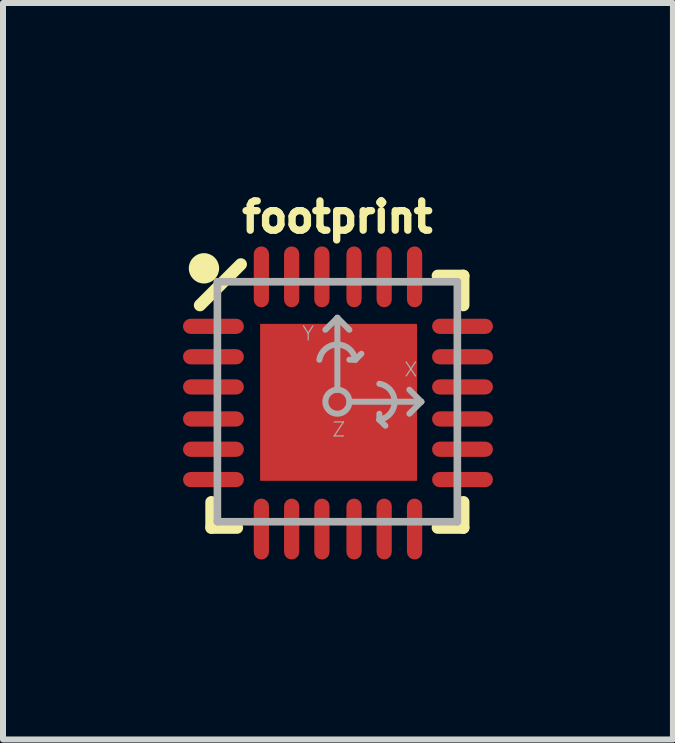
<source format=kicad_pcb>
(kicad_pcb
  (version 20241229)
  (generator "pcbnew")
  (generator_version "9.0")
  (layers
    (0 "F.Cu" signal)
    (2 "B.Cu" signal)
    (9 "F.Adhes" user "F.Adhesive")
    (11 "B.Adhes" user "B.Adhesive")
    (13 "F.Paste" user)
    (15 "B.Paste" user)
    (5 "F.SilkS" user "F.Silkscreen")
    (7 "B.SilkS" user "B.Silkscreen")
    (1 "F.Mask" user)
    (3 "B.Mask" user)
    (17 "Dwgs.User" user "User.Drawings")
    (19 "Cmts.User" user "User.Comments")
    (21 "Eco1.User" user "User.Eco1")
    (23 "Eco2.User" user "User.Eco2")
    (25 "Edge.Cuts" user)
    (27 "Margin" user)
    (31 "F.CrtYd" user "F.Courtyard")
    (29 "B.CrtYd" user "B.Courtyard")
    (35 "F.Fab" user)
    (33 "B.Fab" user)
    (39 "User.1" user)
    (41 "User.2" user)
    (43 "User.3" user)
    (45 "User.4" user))
  (footprint "footprint"
    (layer "F.Cu")
    (at 2.574 3.647)
    (property "Reference" "footprint" (at 0 -2.794 0) (layer "F.SilkS") (effects (font (size 0.488 0.488) (thickness 0.122)) (justify bottom)))
    (fp_line (start -2.291 -1.609) (end -1.609 -2.291) (stroke (width 0.203) (type solid)) (layer "F.SilkS"))
    (fp_line (start -2.1 2.1) (end -2.1 1.673) (stroke (width 0.203) (type solid)) (layer "F.SilkS"))
    (fp_line (start -1.673 2.1) (end -2.1 2.1) (stroke (width 0.203) (type solid)) (layer "F.SilkS"))
    (fp_line (start 1.673 -2.1) (end 2.1 -2.1) (stroke (width 0.203) (type solid)) (layer "F.SilkS"))
    (fp_line (start 1.673 2.1) (end 2.1 2.1) (stroke (width 0.203) (type solid)) (layer "F.SilkS"))
    (fp_line (start 2.1 -2.1) (end 2.1 -1.609) (stroke (width 0.203) (type solid)) (layer "F.SilkS"))
    (fp_line (start 2.1 2.1) (end 2.1 1.673) (stroke (width 0.203) (type solid)) (layer "F.SilkS"))
    (fp_circle (center -2.224 -2.224) (end -2.098 -2.224) (stroke (width 0.254) (type solid)) (fill yes) (layer "F.SilkS"))
    (fp_poly (pts (xy -0.838 -0.33) (xy -0.356 -0.33) (xy -0.356 -0.813) (xy -0.838 -0.813)) (stroke (width 0) (type solid)) (fill yes) (layer "F.Paste"))
    (fp_poly (pts (xy -0.826 0.876) (xy -0.343 0.876) (xy -0.343 0.394) (xy -0.826 0.394)) (stroke (width 0) (type solid)) (fill yes) (layer "F.Paste"))
    (fp_poly (pts (xy 0.394 0.876) (xy 0.876 0.876) (xy 0.876 0.394) (xy 0.394 0.394)) (stroke (width 0) (type solid)) (fill yes) (layer "F.Paste"))
    (fp_poly (pts (xy 0.432 -0.33) (xy 0.914 -0.33) (xy 0.914 -0.813) (xy 0.432 -0.813)) (stroke (width 0) (type solid)) (fill yes) (layer "F.Paste"))
    (fp_line (start -2 -2) (end 2 -2) (stroke (width 0.127) (type solid)) (layer "F.Fab"))
    (fp_line (start -2 2) (end -2 -2) (stroke (width 0.127) (type solid)) (layer "F.Fab"))
    (fp_line (start -0.2 -1.2) (end 0 -1.4) (stroke (width 0.1) (type solid)) (layer "F.Fab"))
    (fp_line (start 0 -1.4) (end 0.2 -1.2) (stroke (width 0.1) (type solid)) (layer "F.Fab"))
    (fp_line (start 0 -0.2) (end 0 -1.4) (stroke (width 0.1) (type solid)) (layer "F.Fab"))
    (fp_line (start 0.2 0) (end 1.4 0) (stroke (width 0.1) (type solid)) (layer "F.Fab"))
    (fp_line (start 0.3 -0.7) (end 0.2 -0.7) (stroke (width 0.1) (type solid)) (layer "F.Fab"))
    (fp_line (start 0.4 -0.8) (end 0.3 -0.7) (stroke (width 0.1) (type solid)) (layer "F.Fab"))
    (fp_line (start 0.7 0.3) (end 0.7 0.2) (stroke (width 0.1) (type solid)) (layer "F.Fab"))
    (fp_line (start 0.8 0.4) (end 0.7 0.3) (stroke (width 0.1) (type solid)) (layer "F.Fab"))
    (fp_line (start 1.2 -0.2) (end 1.4 0) (stroke (width 0.1) (type solid)) (layer "F.Fab"))
    (fp_line (start 1.4 0) (end 1.2 0.2) (stroke (width 0.1) (type solid)) (layer "F.Fab"))
    (fp_line (start 2 -2) (end 2 2) (stroke (width 0.127) (type solid)) (layer "F.Fab"))
    (fp_line (start 2 2) (end -2 2) (stroke (width 0.127) (type solid)) (layer "F.Fab"))
    (fp_arc (start -0.3 -0.7) (mid 0 -0.954138) (end 0.3 -0.7) (stroke (width 0.1) (type solid)) (layer "F.Fab"))
    (fp_arc (start 0.7 -0.3) (mid 0.954138 0) (end 0.7 0.3) (stroke (width 0.1) (type solid)) (layer "F.Fab"))
    (fp_circle (center 0 0) (end 0.2 0) (stroke (width 0.1) (type solid)) (fill no) (layer "F.Fab"))
    (fp_text user "Z" (at -0.1 0.6 0) (layer "F.Fab") (effects (font (size 0.234 0.234) (thickness 0.02)) (justify left bottom)))
    (fp_text user "Y" (at -0.6 -1 0) (layer "F.Fab") (effects (font (size 0.234 0.234) (thickness 0.02)) (justify left bottom)))
    (fp_text user "X" (at 1.1 -0.4 0) (layer "F.Fab") (effects (font (size 0.234 0.234) (thickness 0.02)) (justify left bottom)))
    (pad "1" smd roundrect (at -2.066 -1.257 180) (size 1.016 0.254) (layers "F.Cu" "F.Mask" "F.Paste") (roundrect_rratio 0.5))
    (pad "2" smd roundrect (at -2.066 -0.75 180) (size 1.016 0.254) (layers "F.Cu" "F.Mask" "F.Paste") (roundrect_rratio 0.5))
    (pad "3" smd roundrect (at -2.066 -0.247 180) (size 1.016 0.254) (layers "F.Cu" "F.Mask" "F.Paste") (roundrect_rratio 0.5))
    (pad "4" smd roundrect (at -2.066 0.287 180) (size 1.016 0.254) (layers "F.Cu" "F.Mask" "F.Paste") (roundrect_rratio 0.5))
    (pad "5" smd roundrect (at -2.066 0.792 180) (size 1.016 0.254) (layers "F.Cu" "F.Mask" "F.Paste") (roundrect_rratio 0.5))
    (pad "6" smd roundrect (at -2.066 1.297 180) (size 1.016 0.254) (layers "F.Cu" "F.Mask" "F.Paste") (roundrect_rratio 0.5))
    (pad "7" smd roundrect (at -1.267 2.122 90) (size 1.016 0.254) (layers "F.Cu" "F.Mask" "F.Paste") (roundrect_rratio 0.5))
    (pad "8" smd roundrect (at -0.762 2.122 90) (size 1.016 0.254) (layers "F.Cu" "F.Mask" "F.Paste") (roundrect_rratio 0.5))
    (pad "9" smd roundrect (at -0.258 2.122 90) (size 1.016 0.254) (layers "F.Cu" "F.Mask" "F.Paste") (roundrect_rratio 0.5))
    (pad "10" smd roundrect (at 0.278 2.122 90) (size 1.016 0.254) (layers "F.Cu" "F.Mask" "F.Paste") (roundrect_rratio 0.5))
    (pad "11" smd roundrect (at 0.78 2.122 90) (size 1.016 0.254) (layers "F.Cu" "F.Mask" "F.Paste") (roundrect_rratio 0.5))
    (pad "12" smd roundrect (at 1.287 2.122 90) (size 1.016 0.254) (layers "F.Cu" "F.Mask" "F.Paste") (roundrect_rratio 0.5))
    (pad "13" smd roundrect (at 2.086 1.297 180) (size 1.016 0.254) (layers "F.Cu" "F.Mask" "F.Paste") (roundrect_rratio 0.5))
    (pad "14" smd roundrect (at 2.086 0.792 180) (size 1.016 0.254) (layers "F.Cu" "F.Mask" "F.Paste") (roundrect_rratio 0.5))
    (pad "15" smd roundrect (at 2.086 0.287 180) (size 1.016 0.254) (layers "F.Cu" "F.Mask" "F.Paste") (roundrect_rratio 0.5))
    (pad "16" smd roundrect (at 2.086 -0.247 180) (size 1.016 0.254) (layers "F.Cu" "F.Mask" "F.Paste") (roundrect_rratio 0.5))
    (pad "17" smd roundrect (at 2.086 -0.75 180) (size 1.016 0.254) (layers "F.Cu" "F.Mask" "F.Paste") (roundrect_rratio 0.5))
    (pad "18" smd roundrect (at 2.086 -1.257 180) (size 1.016 0.254) (layers "F.Cu" "F.Mask" "F.Paste") (roundrect_rratio 0.5))
    (pad "19" smd roundrect (at 1.287 -2.082 90) (size 1.016 0.254) (layers "F.Cu" "F.Mask" "F.Paste") (roundrect_rratio 0.5))
    (pad "20" smd roundrect (at 0.78 -2.082 90) (size 1.016 0.254) (layers "F.Cu" "F.Mask" "F.Paste") (roundrect_rratio 0.5))
    (pad "21" smd roundrect (at 0.278 -2.082 90) (size 1.016 0.254) (layers "F.Cu" "F.Mask" "F.Paste") (roundrect_rratio 0.5))
    (pad "22" smd roundrect (at -0.258 -2.082 90) (size 1.016 0.254) (layers "F.Cu" "F.Mask" "F.Paste") (roundrect_rratio 0.5))
    (pad "23" smd roundrect (at -0.762 -2.082 90) (size 1.016 0.254) (layers "F.Cu" "F.Mask" "F.Paste") (roundrect_rratio 0.5))
    (pad "24" smd roundrect (at -1.267 -2.082 90) (size 1.016 0.254) (layers "F.Cu" "F.Mask" "F.Paste") (roundrect_rratio 0.5))
    (pad "P$1" smd rect (at 0.02 0.01) (size 2.616 2.616) (layers "F.Cu" "F.Mask")))
  (gr_rect
    (start -3 -3)
    (end 8.168 9.277)
    (stroke (width 0.1) (type default))
    (fill no)
    (layer "Edge.Cuts")))
</source>
